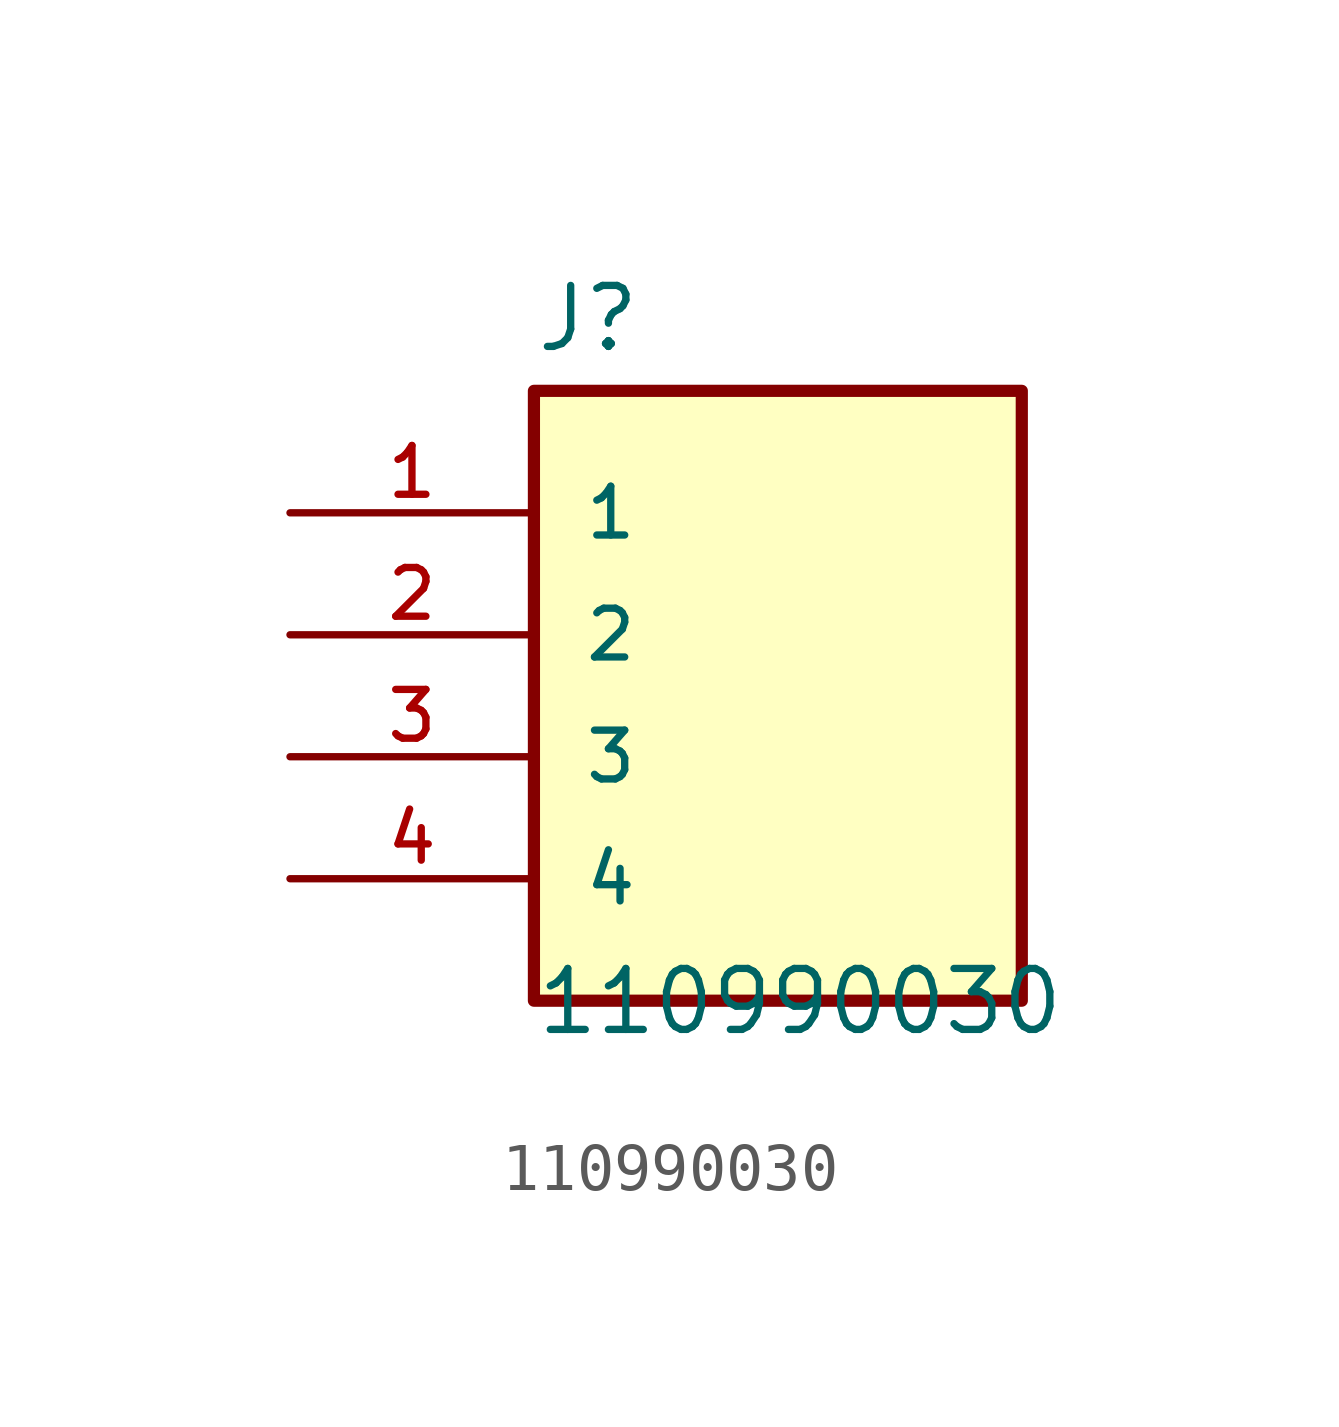
<source format=kicad_sym>
(kicad_symbol_lib
  (version 20211014)
  (generator kicad_symbol_editor)
  (symbol "110990030"
    (pin_names
      (offset 1.016))
    (property "Reference" "J"
      (at -5.08 5.842 0)
      (effects (font (size 1.27 1.27)) (justify left bottom)))
    (property "Value" "110990030"
      (at -5.08 -8.382 0)
      (effects (font (size 1.27 1.27)) (justify left bottom)))
    (property "ki_locked" ""
      (at 0 0 0)
      (effects (font (size 1.27 1.27))))
    (symbol "110990030_0_0"
      (rectangle (start -5.08 -7.62) (end 5.08 5.08) (stroke (width 0.254) (type default) (color 0 0 0 0)) (fill (type background)))
      (pin passive line (at -10.16 2.54 0) (length 5.08) (name "1" (effects (font (size 1.016 1.016)))) (number "1" (effects (font (size 1.016 1.016)))))
      (pin passive line (at -10.16 0 0) (length 5.08) (name "2" (effects (font (size 1.016 1.016)))) (number "2" (effects (font (size 1.016 1.016)))))
      (pin passive line (at -10.16 -2.54 0) (length 5.08) (name "3" (effects (font (size 1.016 1.016)))) (number "3" (effects (font (size 1.016 1.016)))))
      (pin passive line (at -10.16 -5.08 0) (length 5.08) (name "4" (effects (font (size 1.016 1.016)))) (number "4" (effects (font (size 1.016 1.016))))))))
</source>
